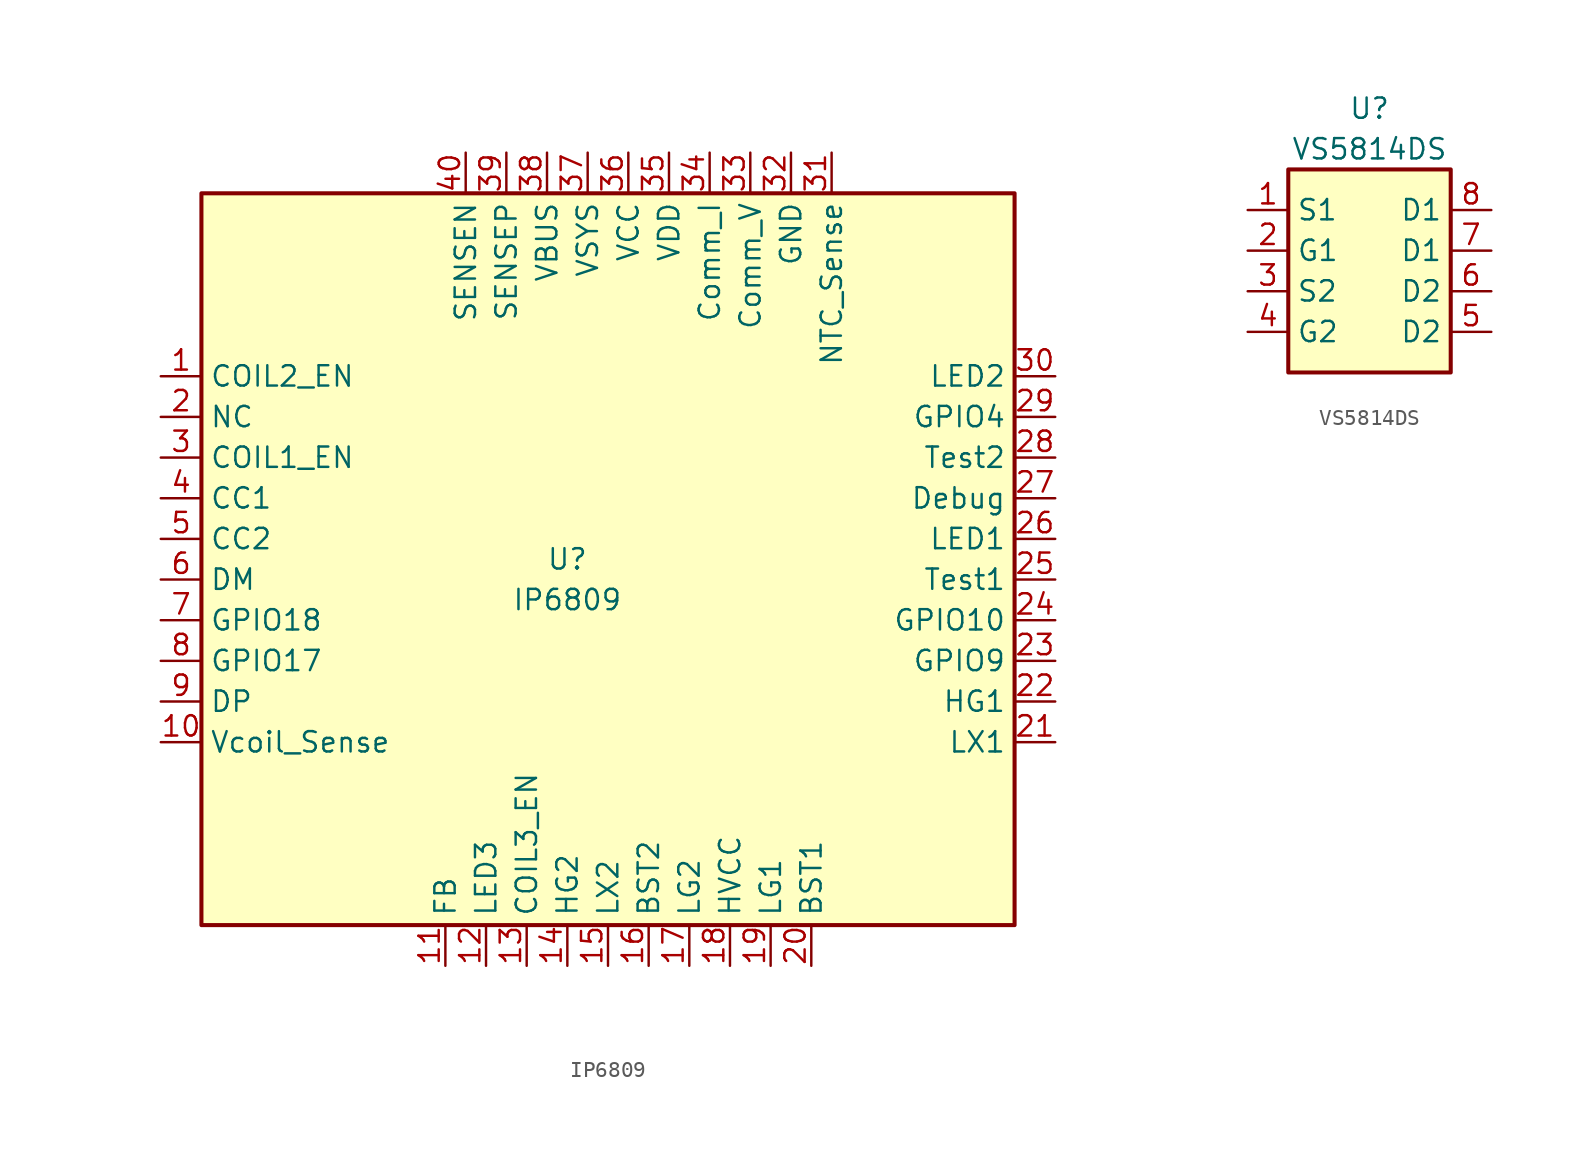
<source format=kicad_sym>
(kicad_symbol_lib
  (version 20231120)
  (generator "kicad_symbol_editor")
  (generator_version "8.0")
  (symbol "IP6809"
    (property "Reference" "U"
      (at -2.54 0 0)
      (effects (font (size 1.27 1.27))))
    (property "Value" "IP6809"
      (at -2.54 -2.54 0)
      (effects (font (size 1.27 1.27))))
    (symbol "IP6809_0_1"
      (rectangle (start -25.4 22.86) (end 25.4 -22.86) (stroke (width 0.254) (type default)) (fill (type background))))
    (symbol "IP6809_1_1"
      (pin passive line (at -27.94 11.43 0) (length 2.54) (name "COIL2_EN" (effects (font (size 1.27 1.27)))) (number "1" (effects (font (size 1.27 1.27)))))
      (pin power_in line (at -27.94 -11.43 0) (length 2.54) (name "Vcoil_Sense" (effects (font (size 1.27 1.27)))) (number "10" (effects (font (size 1.27 1.27)))))
      (pin passive line (at -10.16 -25.4 90) (length 2.54) (name "FB" (effects (font (size 1.27 1.27)))) (number "11" (effects (font (size 1.27 1.27)))))
      (pin bidirectional line (at -7.62 -25.4 90) (length 2.54) (name "LED3" (effects (font (size 1.27 1.27)))) (number "12" (effects (font (size 1.27 1.27)))))
      (pin bidirectional line (at -5.08 -25.4 90) (length 2.54) (name "COIL3_EN" (effects (font (size 1.27 1.27)))) (number "13" (effects (font (size 1.27 1.27)))))
      (pin bidirectional line (at -2.54 -25.4 90) (length 2.54) (name "HG2" (effects (font (size 1.27 1.27)))) (number "14" (effects (font (size 1.27 1.27)))))
      (pin bidirectional line (at 0 -25.4 90) (length 2.54) (name "LX2" (effects (font (size 1.27 1.27)))) (number "15" (effects (font (size 1.27 1.27)))))
      (pin bidirectional line (at 2.54 -25.4 90) (length 2.54) (name "BST2" (effects (font (size 1.27 1.27)))) (number "16" (effects (font (size 1.27 1.27)))))
      (pin bidirectional line (at 5.08 -25.4 90) (length 2.54) (name "LG2" (effects (font (size 1.27 1.27)))) (number "17" (effects (font (size 1.27 1.27)))))
      (pin power_in line (at 7.62 -25.4 90) (length 2.54) (name "HVCC" (effects (font (size 1.27 1.27)))) (number "18" (effects (font (size 1.27 1.27)))))
      (pin bidirectional line (at 10.16 -25.4 90) (length 2.54) (name "LG1" (effects (font (size 1.27 1.27)))) (number "19" (effects (font (size 1.27 1.27)))))
      (pin bidirectional line (at -27.94 8.89 0) (length 2.54) (name "NC" (effects (font (size 1.27 1.27)))) (number "2" (effects (font (size 1.27 1.27)))))
      (pin input line (at 12.7 -25.4 90) (length 2.54) (name "BST1" (effects (font (size 1.27 1.27)))) (number "20" (effects (font (size 1.27 1.27)))))
      (pin passive line (at 27.94 -11.43 180) (length 2.54) (name "LX1" (effects (font (size 1.27 1.27)))) (number "21" (effects (font (size 1.27 1.27)))))
      (pin bidirectional line (at 27.94 -8.89 180) (length 2.54) (name "HG1" (effects (font (size 1.27 1.27)))) (number "22" (effects (font (size 1.27 1.27)))))
      (pin bidirectional line (at 27.94 -6.35 180) (length 2.54) (name "GPIO9" (effects (font (size 1.27 1.27)))) (number "23" (effects (font (size 1.27 1.27)))))
      (pin passive line (at 27.94 -3.81 180) (length 2.54) (name "GPIO10" (effects (font (size 1.27 1.27)))) (number "24" (effects (font (size 1.27 1.27)))))
      (pin power_in line (at 27.94 -1.27 180) (length 2.54) (name "Test1" (effects (font (size 1.27 1.27)))) (number "25" (effects (font (size 1.27 1.27)))))
      (pin passive line (at 27.94 1.27 180) (length 2.54) (name "LED1" (effects (font (size 1.27 1.27)))) (number "26" (effects (font (size 1.27 1.27)))))
      (pin passive line (at 27.94 3.81 180) (length 2.54) (name "Debug" (effects (font (size 1.27 1.27)))) (number "27" (effects (font (size 1.27 1.27)))))
      (pin input line (at 27.94 6.35 180) (length 2.54) (name "Test2" (effects (font (size 1.27 1.27)))) (number "28" (effects (font (size 1.27 1.27)))))
      (pin input line (at 27.94 8.89 180) (length 2.54) (name "GPIO4" (effects (font (size 1.27 1.27)))) (number "29" (effects (font (size 1.27 1.27)))))
      (pin bidirectional line (at -27.94 6.35 0) (length 2.54) (name "COIL1_EN" (effects (font (size 1.27 1.27)))) (number "3" (effects (font (size 1.27 1.27)))))
      (pin power_in line (at 27.94 11.43 180) (length 2.54) (name "LED2" (effects (font (size 1.27 1.27)))) (number "30" (effects (font (size 1.27 1.27)))))
      (pin bidirectional line (at 13.97 25.4 270) (length 2.54) (name "NTC_Sense" (effects (font (size 1.27 1.27)))) (number "31" (effects (font (size 1.27 1.27)))))
      (pin bidirectional line (at 11.43 25.4 270) (length 2.54) (name "GND" (effects (font (size 1.27 1.27)))) (number "32" (effects (font (size 1.27 1.27)))))
      (pin bidirectional line (at 8.89 25.4 270) (length 2.54) (name "Comm_V" (effects (font (size 1.27 1.27)))) (number "33" (effects (font (size 1.27 1.27)))))
      (pin bidirectional line (at 6.35 25.4 270) (length 2.54) (name "Comm_I" (effects (font (size 1.27 1.27)))) (number "34" (effects (font (size 1.27 1.27)))))
      (pin bidirectional line (at 3.81 25.4 270) (length 2.54) (name "VDD" (effects (font (size 1.27 1.27)))) (number "35" (effects (font (size 1.27 1.27)))))
      (pin bidirectional line (at 1.27 25.4 270) (length 2.54) (name "VCC" (effects (font (size 1.27 1.27)))) (number "36" (effects (font (size 1.27 1.27)))))
      (pin power_in line (at -1.27 25.4 270) (length 2.54) (name "VSYS" (effects (font (size 1.27 1.27)))) (number "37" (effects (font (size 1.27 1.27)))))
      (pin passive line (at -3.81 25.4 270) (length 2.54) (name "VBUS" (effects (font (size 1.27 1.27)))) (number "38" (effects (font (size 1.27 1.27)))))
      (pin power_out line (at -6.35 25.4 270) (length 2.54) (name "SENSEP" (effects (font (size 1.27 1.27)))) (number "39" (effects (font (size 1.27 1.27)))))
      (pin bidirectional line (at -27.94 3.81 0) (length 2.54) (name "CC1" (effects (font (size 1.27 1.27)))) (number "4" (effects (font (size 1.27 1.27)))))
      (pin power_in line (at -8.89 25.4 270) (length 2.54) (name "SENSEN" (effects (font (size 1.27 1.27)))) (number "40" (effects (font (size 1.27 1.27)))))
      (pin passive line (at 11.43 25.4 270) (length 2.54) hide (name "GND" (effects (font (size 1.27 1.27)))) (number "41" (effects (font (size 1.27 1.27)))))
      (pin bidirectional line (at -27.94 1.27 0) (length 2.54) (name "CC2" (effects (font (size 1.27 1.27)))) (number "5" (effects (font (size 1.27 1.27)))))
      (pin bidirectional line (at -27.94 -1.27 0) (length 2.54) (name "DM" (effects (font (size 1.27 1.27)))) (number "6" (effects (font (size 1.27 1.27)))))
      (pin bidirectional line (at -27.94 -3.81 0) (length 2.54) (name "GPIO18" (effects (font (size 1.27 1.27)))) (number "7" (effects (font (size 1.27 1.27)))))
      (pin power_in line (at -27.94 -6.35 0) (length 2.54) (name "GPIO17" (effects (font (size 1.27 1.27)))) (number "8" (effects (font (size 1.27 1.27)))))
      (pin power_in line (at -27.94 -8.89 0) (length 2.54) (name "DP" (effects (font (size 1.27 1.27)))) (number "9" (effects (font (size 1.27 1.27)))))))
  (symbol "VS5814DS"
    (property "Reference" "U"
      (at 0 11.43 0)
      (effects (font (size 1.27 1.27))))
    (property "Value" "VS5814DS"
      (at 0 8.89 0)
      (effects (font (size 1.27 1.27))))
    (symbol "VS5814DS_1_1"
      (rectangle (start -5.08 7.62) (end 5.08 -5.08) (stroke (width 0.254) (type default)) (fill (type background)))
      (pin input line (at -7.62 5.08 0) (length 2.54) (name "S1" (effects (font (size 1.27 1.27)))) (number "1" (effects (font (size 1.27 1.27)))))
      (pin power_in line (at -7.62 2.54 0) (length 2.54) (name "G1" (effects (font (size 1.27 1.27)))) (number "2" (effects (font (size 1.27 1.27)))))
      (pin input line (at -7.62 0 0) (length 2.54) (name "S2" (effects (font (size 1.27 1.27)))) (number "3" (effects (font (size 1.27 1.27)))))
      (pin input line (at -7.62 -2.54 0) (length 2.54) (name "G2" (effects (font (size 1.27 1.27)))) (number "4" (effects (font (size 1.27 1.27)))))
      (pin input line (at 7.62 -2.54 180) (length 2.54) (name "D2" (effects (font (size 1.27 1.27)))) (number "5" (effects (font (size 1.27 1.27)))))
      (pin passive line (at 7.62 0 180) (length 2.54) (name "D2" (effects (font (size 1.27 1.27)))) (number "6" (effects (font (size 1.27 1.27)))))
      (pin power_in line (at 7.62 2.54 180) (length 2.54) (name "D1" (effects (font (size 1.27 1.27)))) (number "7" (effects (font (size 1.27 1.27)))))
      (pin output line (at 7.62 5.08 180) (length 2.54) (name "D1" (effects (font (size 1.27 1.27)))) (number "8" (effects (font (size 1.27 1.27))))))))
</source>
